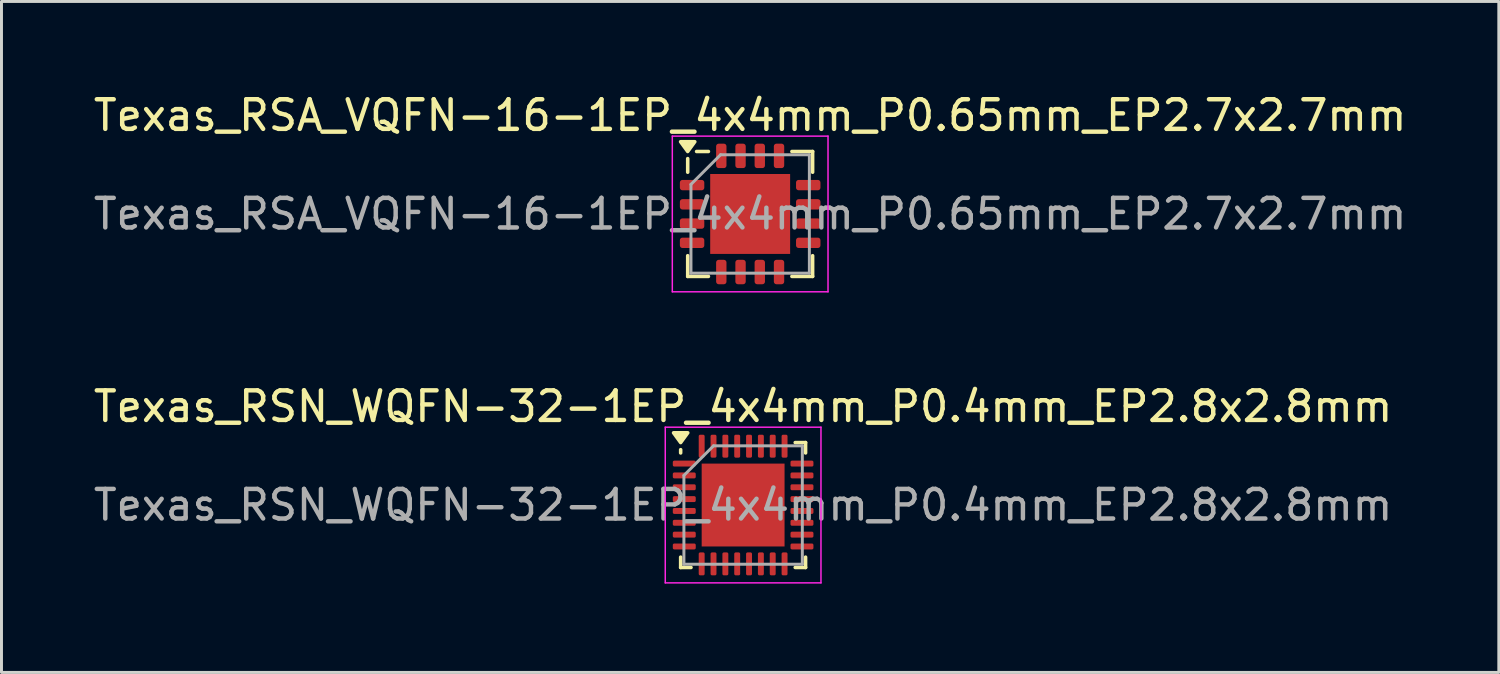
<source format=kicad_pcb>
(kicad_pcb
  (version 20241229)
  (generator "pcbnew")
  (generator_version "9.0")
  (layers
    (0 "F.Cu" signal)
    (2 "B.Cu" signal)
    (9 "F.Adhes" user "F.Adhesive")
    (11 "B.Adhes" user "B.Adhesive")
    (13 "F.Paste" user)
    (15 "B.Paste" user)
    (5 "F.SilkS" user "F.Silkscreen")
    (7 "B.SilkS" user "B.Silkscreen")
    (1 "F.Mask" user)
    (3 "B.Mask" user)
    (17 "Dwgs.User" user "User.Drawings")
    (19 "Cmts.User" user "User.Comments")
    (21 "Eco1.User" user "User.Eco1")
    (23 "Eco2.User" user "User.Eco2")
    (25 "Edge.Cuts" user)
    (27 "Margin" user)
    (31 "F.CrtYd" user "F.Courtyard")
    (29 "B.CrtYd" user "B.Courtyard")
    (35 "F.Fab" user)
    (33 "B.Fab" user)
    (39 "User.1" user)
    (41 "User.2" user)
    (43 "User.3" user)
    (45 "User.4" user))
  (footprint "Texas_RSN_WQFN-32-1EP_4x4mm_P0.4mm_EP2.8x2.8mm"
    (layer "F.Cu")
    (at 22.054 14.011)
    (property "Reference" "Texas_RSN_WQFN-32-1EP_4x4mm_P0.4mm_EP2.8x2.8mm" (at 0 -3.33 0) (layer "F.SilkS") (effects (font (size 1 1) (thickness 0.15))))
    (attr smd)
    (fp_line (start -2.11 -1.76) (end -2.11 -1.87) (stroke (width 0.12) (type solid)) (layer "F.SilkS"))
    (fp_line (start -2.11 2.11) (end -2.11 1.76) (stroke (width 0.12) (type solid)) (layer "F.SilkS"))
    (fp_line (start -1.76 2.11) (end -2.11 2.11) (stroke (width 0.12) (type solid)) (layer "F.SilkS"))
    (fp_line (start 1.76 -2.11) (end 2.11 -2.11) (stroke (width 0.12) (type solid)) (layer "F.SilkS"))
    (fp_line (start 1.76 2.11) (end 2.11 2.11) (stroke (width 0.12) (type solid)) (layer "F.SilkS"))
    (fp_line (start 2.11 -2.11) (end 2.11 -1.76) (stroke (width 0.12) (type solid)) (layer "F.SilkS"))
    (fp_line (start 2.11 2.11) (end 2.11 1.76) (stroke (width 0.12) (type solid)) (layer "F.SilkS"))
    (fp_poly (pts (xy -2.11 -2.11) (xy -2.35 -2.44) (xy -1.87 -2.44) (xy -2.11 -2.11)) (stroke (width 0.12) (type solid)) (fill yes) (layer "F.SilkS"))
    (fp_line (start -2.63 -2.63) (end -2.63 2.63) (stroke (width 0.05) (type solid)) (layer "F.CrtYd"))
    (fp_line (start -2.63 2.63) (end 2.63 2.63) (stroke (width 0.05) (type solid)) (layer "F.CrtYd"))
    (fp_line (start 2.63 -2.63) (end -2.63 -2.63) (stroke (width 0.05) (type solid)) (layer "F.CrtYd"))
    (fp_line (start 2.63 2.63) (end 2.63 -2.63) (stroke (width 0.05) (type solid)) (layer "F.CrtYd"))
    (fp_line (start -2 -1) (end -1 -2) (stroke (width 0.1) (type solid)) (layer "F.Fab"))
    (fp_line (start -2 2) (end -2 -1) (stroke (width 0.1) (type solid)) (layer "F.Fab"))
    (fp_line (start -1 -2) (end 2 -2) (stroke (width 0.1) (type solid)) (layer "F.Fab"))
    (fp_line (start 2 -2) (end 2 2) (stroke (width 0.1) (type solid)) (layer "F.Fab"))
    (fp_line (start 2 2) (end -2 2) (stroke (width 0.1) (type solid)) (layer "F.Fab"))
    (fp_text user "${REFERENCE}" (at 0 0 0) (layer "F.Fab") (effects (font (size 1 1) (thickness 0.15))))
    (pad "" smd roundrect (at -0.7 -0.7) (size 1.13 1.13) (layers "F.Paste") (roundrect_rratio 0.221))
    (pad "" smd roundrect (at -0.7 0.7) (size 1.13 1.13) (layers "F.Paste") (roundrect_rratio 0.221))
    (pad "" smd roundrect (at 0.7 -0.7) (size 1.13 1.13) (layers "F.Paste") (roundrect_rratio 0.221))
    (pad "" smd roundrect (at 0.7 0.7) (size 1.13 1.13) (layers "F.Paste") (roundrect_rratio 0.221))
    (pad "1" smd roundrect (at -1.988 -1.4) (size 0.775 0.2) (layers "F.Cu" "F.Mask" "F.Paste") (roundrect_rratio 0.25))
    (pad "2" smd roundrect (at -1.988 -1) (size 0.775 0.2) (layers "F.Cu" "F.Mask" "F.Paste") (roundrect_rratio 0.25))
    (pad "3" smd roundrect (at -1.988 -0.6) (size 0.775 0.2) (layers "F.Cu" "F.Mask" "F.Paste") (roundrect_rratio 0.25))
    (pad "4" smd roundrect (at -1.988 -0.2) (size 0.775 0.2) (layers "F.Cu" "F.Mask" "F.Paste") (roundrect_rratio 0.25))
    (pad "5" smd roundrect (at -1.988 0.2) (size 0.775 0.2) (layers "F.Cu" "F.Mask" "F.Paste") (roundrect_rratio 0.25))
    (pad "6" smd roundrect (at -1.988 0.6) (size 0.775 0.2) (layers "F.Cu" "F.Mask" "F.Paste") (roundrect_rratio 0.25))
    (pad "7" smd roundrect (at -1.988 1) (size 0.775 0.2) (layers "F.Cu" "F.Mask" "F.Paste") (roundrect_rratio 0.25))
    (pad "8" smd roundrect (at -1.988 1.4) (size 0.775 0.2) (layers "F.Cu" "F.Mask" "F.Paste") (roundrect_rratio 0.25))
    (pad "9" smd roundrect (at -1.4 1.988) (size 0.2 0.775) (layers "F.Cu" "F.Mask" "F.Paste") (roundrect_rratio 0.25))
    (pad "10" smd roundrect (at -1 1.988) (size 0.2 0.775) (layers "F.Cu" "F.Mask" "F.Paste") (roundrect_rratio 0.25))
    (pad "11" smd roundrect (at -0.6 1.988) (size 0.2 0.775) (layers "F.Cu" "F.Mask" "F.Paste") (roundrect_rratio 0.25))
    (pad "12" smd roundrect (at -0.2 1.988) (size 0.2 0.775) (layers "F.Cu" "F.Mask" "F.Paste") (roundrect_rratio 0.25))
    (pad "13" smd roundrect (at 0.2 1.988) (size 0.2 0.775) (layers "F.Cu" "F.Mask" "F.Paste") (roundrect_rratio 0.25))
    (pad "14" smd roundrect (at 0.6 1.988) (size 0.2 0.775) (layers "F.Cu" "F.Mask" "F.Paste") (roundrect_rratio 0.25))
    (pad "15" smd roundrect (at 1 1.988) (size 0.2 0.775) (layers "F.Cu" "F.Mask" "F.Paste") (roundrect_rratio 0.25))
    (pad "16" smd roundrect (at 1.4 1.988) (size 0.2 0.775) (layers "F.Cu" "F.Mask" "F.Paste") (roundrect_rratio 0.25))
    (pad "17" smd roundrect (at 1.988 1.4) (size 0.775 0.2) (layers "F.Cu" "F.Mask" "F.Paste") (roundrect_rratio 0.25))
    (pad "18" smd roundrect (at 1.988 1) (size 0.775 0.2) (layers "F.Cu" "F.Mask" "F.Paste") (roundrect_rratio 0.25))
    (pad "19" smd roundrect (at 1.988 0.6) (size 0.775 0.2) (layers "F.Cu" "F.Mask" "F.Paste") (roundrect_rratio 0.25))
    (pad "20" smd roundrect (at 1.988 0.2) (size 0.775 0.2) (layers "F.Cu" "F.Mask" "F.Paste") (roundrect_rratio 0.25))
    (pad "21" smd roundrect (at 1.988 -0.2) (size 0.775 0.2) (layers "F.Cu" "F.Mask" "F.Paste") (roundrect_rratio 0.25))
    (pad "22" smd roundrect (at 1.988 -0.6) (size 0.775 0.2) (layers "F.Cu" "F.Mask" "F.Paste") (roundrect_rratio 0.25))
    (pad "23" smd roundrect (at 1.988 -1) (size 0.775 0.2) (layers "F.Cu" "F.Mask" "F.Paste") (roundrect_rratio 0.25))
    (pad "24" smd roundrect (at 1.988 -1.4) (size 0.775 0.2) (layers "F.Cu" "F.Mask" "F.Paste") (roundrect_rratio 0.25))
    (pad "25" smd roundrect (at 1.4 -1.988) (size 0.2 0.775) (layers "F.Cu" "F.Mask" "F.Paste") (roundrect_rratio 0.25))
    (pad "26" smd roundrect (at 1 -1.988) (size 0.2 0.775) (layers "F.Cu" "F.Mask" "F.Paste") (roundrect_rratio 0.25))
    (pad "27" smd roundrect (at 0.6 -1.988) (size 0.2 0.775) (layers "F.Cu" "F.Mask" "F.Paste") (roundrect_rratio 0.25))
    (pad "28" smd roundrect (at 0.2 -1.988) (size 0.2 0.775) (layers "F.Cu" "F.Mask" "F.Paste") (roundrect_rratio 0.25))
    (pad "29" smd roundrect (at -0.2 -1.988) (size 0.2 0.775) (layers "F.Cu" "F.Mask" "F.Paste") (roundrect_rratio 0.25))
    (pad "30" smd roundrect (at -0.6 -1.988) (size 0.2 0.775) (layers "F.Cu" "F.Mask" "F.Paste") (roundrect_rratio 0.25))
    (pad "31" smd roundrect (at -1 -1.988) (size 0.2 0.775) (layers "F.Cu" "F.Mask" "F.Paste") (roundrect_rratio 0.25))
    (pad "32" smd roundrect (at -1.4 -1.988) (size 0.2 0.775) (layers "F.Cu" "F.Mask" "F.Paste") (roundrect_rratio 0.25))
    (pad "33" smd rect (at 0 0) (size 2.8 2.8) (property pad_prop_heatsink) (layers "F.Cu" "F.Mask")))
  (footprint "Texas_RSA_VQFN-16-1EP_4x4mm_P0.65mm_EP2.7x2.7mm"
    (layer "F.Cu")
    (at 22.292 4.178)
    (property "Reference" "Texas_RSA_VQFN-16-1EP_4x4mm_P0.65mm_EP2.7x2.7mm" (at 0 -3.33 0) (layer "F.SilkS") (effects (font (size 1 1) (thickness 0.15))))
    (attr smd)
    (fp_line (start -2.11 -1.41) (end -2.11 -1.87) (stroke (width 0.12) (type solid)) (layer "F.SilkS"))
    (fp_line (start -2.11 2.11) (end -2.11 1.41) (stroke (width 0.12) (type solid)) (layer "F.SilkS"))
    (fp_line (start -1.41 -2.11) (end -1.81 -2.11) (stroke (width 0.12) (type solid)) (layer "F.SilkS"))
    (fp_line (start -1.41 2.11) (end -2.11 2.11) (stroke (width 0.12) (type solid)) (layer "F.SilkS"))
    (fp_line (start 1.41 -2.11) (end 2.11 -2.11) (stroke (width 0.12) (type solid)) (layer "F.SilkS"))
    (fp_line (start 1.41 2.11) (end 2.11 2.11) (stroke (width 0.12) (type solid)) (layer "F.SilkS"))
    (fp_line (start 2.11 -2.11) (end 2.11 -1.41) (stroke (width 0.12) (type solid)) (layer "F.SilkS"))
    (fp_line (start 2.11 2.11) (end 2.11 1.41) (stroke (width 0.12) (type solid)) (layer "F.SilkS"))
    (fp_poly (pts (xy -2.11 -2.11) (xy -2.35 -2.44) (xy -1.87 -2.44) (xy -2.11 -2.11)) (stroke (width 0.12) (type solid)) (fill yes) (layer "F.SilkS"))
    (fp_line (start -2.63 -2.63) (end -2.63 2.63) (stroke (width 0.05) (type solid)) (layer "F.CrtYd"))
    (fp_line (start -2.63 2.63) (end 2.63 2.63) (stroke (width 0.05) (type solid)) (layer "F.CrtYd"))
    (fp_line (start 2.63 -2.63) (end -2.63 -2.63) (stroke (width 0.05) (type solid)) (layer "F.CrtYd"))
    (fp_line (start 2.63 2.63) (end 2.63 -2.63) (stroke (width 0.05) (type solid)) (layer "F.CrtYd"))
    (fp_line (start -2 -1) (end -1 -2) (stroke (width 0.1) (type solid)) (layer "F.Fab"))
    (fp_line (start -2 2) (end -2 -1) (stroke (width 0.1) (type solid)) (layer "F.Fab"))
    (fp_line (start -1 -2) (end 2 -2) (stroke (width 0.1) (type solid)) (layer "F.Fab"))
    (fp_line (start 2 -2) (end 2 2) (stroke (width 0.1) (type solid)) (layer "F.Fab"))
    (fp_line (start 2 2) (end -2 2) (stroke (width 0.1) (type solid)) (layer "F.Fab"))
    (fp_text user "${REFERENCE}" (at 0 0 0) (layer "F.Fab") (effects (font (size 1 1) (thickness 0.15))))
    (pad "" smd roundrect (at -0.9 -0.9) (size 0.73 0.73) (layers "F.Paste") (roundrect_rratio 0.25))
    (pad "" smd roundrect (at -0.9 0) (size 0.73 0.73) (layers "F.Paste") (roundrect_rratio 0.25))
    (pad "" smd roundrect (at -0.9 0.9) (size 0.73 0.73) (layers "F.Paste") (roundrect_rratio 0.25))
    (pad "" smd roundrect (at 0 -0.9) (size 0.73 0.73) (layers "F.Paste") (roundrect_rratio 0.25))
    (pad "" smd roundrect (at 0 0) (size 0.73 0.73) (layers "F.Paste") (roundrect_rratio 0.25))
    (pad "" smd roundrect (at 0 0.9) (size 0.73 0.73) (layers "F.Paste") (roundrect_rratio 0.25))
    (pad "" smd roundrect (at 0.9 -0.9) (size 0.73 0.73) (layers "F.Paste") (roundrect_rratio 0.25))
    (pad "" smd roundrect (at 0.9 0) (size 0.73 0.73) (layers "F.Paste") (roundrect_rratio 0.25))
    (pad "" smd roundrect (at 0.9 0.9) (size 0.73 0.73) (layers "F.Paste") (roundrect_rratio 0.25))
    (pad "1" smd roundrect (at -1.962 -0.975) (size 0.825 0.35) (layers "F.Cu" "F.Mask" "F.Paste") (roundrect_rratio 0.25))
    (pad "2" smd roundrect (at -1.962 -0.325) (size 0.825 0.35) (layers "F.Cu" "F.Mask" "F.Paste") (roundrect_rratio 0.25))
    (pad "3" smd roundrect (at -1.962 0.325) (size 0.825 0.35) (layers "F.Cu" "F.Mask" "F.Paste") (roundrect_rratio 0.25))
    (pad "4" smd roundrect (at -1.962 0.975) (size 0.825 0.35) (layers "F.Cu" "F.Mask" "F.Paste") (roundrect_rratio 0.25))
    (pad "5" smd roundrect (at -0.975 1.962) (size 0.35 0.825) (layers "F.Cu" "F.Mask" "F.Paste") (roundrect_rratio 0.25))
    (pad "6" smd roundrect (at -0.325 1.962) (size 0.35 0.825) (layers "F.Cu" "F.Mask" "F.Paste") (roundrect_rratio 0.25))
    (pad "7" smd roundrect (at 0.325 1.962) (size 0.35 0.825) (layers "F.Cu" "F.Mask" "F.Paste") (roundrect_rratio 0.25))
    (pad "8" smd roundrect (at 0.975 1.962) (size 0.35 0.825) (layers "F.Cu" "F.Mask" "F.Paste") (roundrect_rratio 0.25))
    (pad "9" smd roundrect (at 1.962 0.975) (size 0.825 0.35) (layers "F.Cu" "F.Mask" "F.Paste") (roundrect_rratio 0.25))
    (pad "10" smd roundrect (at 1.962 0.325) (size 0.825 0.35) (layers "F.Cu" "F.Mask" "F.Paste") (roundrect_rratio 0.25))
    (pad "11" smd roundrect (at 1.962 -0.325) (size 0.825 0.35) (layers "F.Cu" "F.Mask" "F.Paste") (roundrect_rratio 0.25))
    (pad "12" smd roundrect (at 1.962 -0.975) (size 0.825 0.35) (layers "F.Cu" "F.Mask" "F.Paste") (roundrect_rratio 0.25))
    (pad "13" smd roundrect (at 0.975 -1.962) (size 0.35 0.825) (layers "F.Cu" "F.Mask" "F.Paste") (roundrect_rratio 0.25))
    (pad "14" smd roundrect (at 0.325 -1.962) (size 0.35 0.825) (layers "F.Cu" "F.Mask" "F.Paste") (roundrect_rratio 0.25))
    (pad "15" smd roundrect (at -0.325 -1.962) (size 0.35 0.825) (layers "F.Cu" "F.Mask" "F.Paste") (roundrect_rratio 0.25))
    (pad "16" smd roundrect (at -0.975 -1.962) (size 0.35 0.825) (layers "F.Cu" "F.Mask" "F.Paste") (roundrect_rratio 0.25))
    (pad "17" smd rect (at 0 0) (size 2.7 2.7) (property pad_prop_heatsink) (layers "F.Cu" "F.Mask")))
  (gr_rect
    (start -3 -3)
    (end 47.583 19.666)
    (stroke (width 0.1) (type default))
    (fill no)
    (layer "Edge.Cuts")))
</source>
